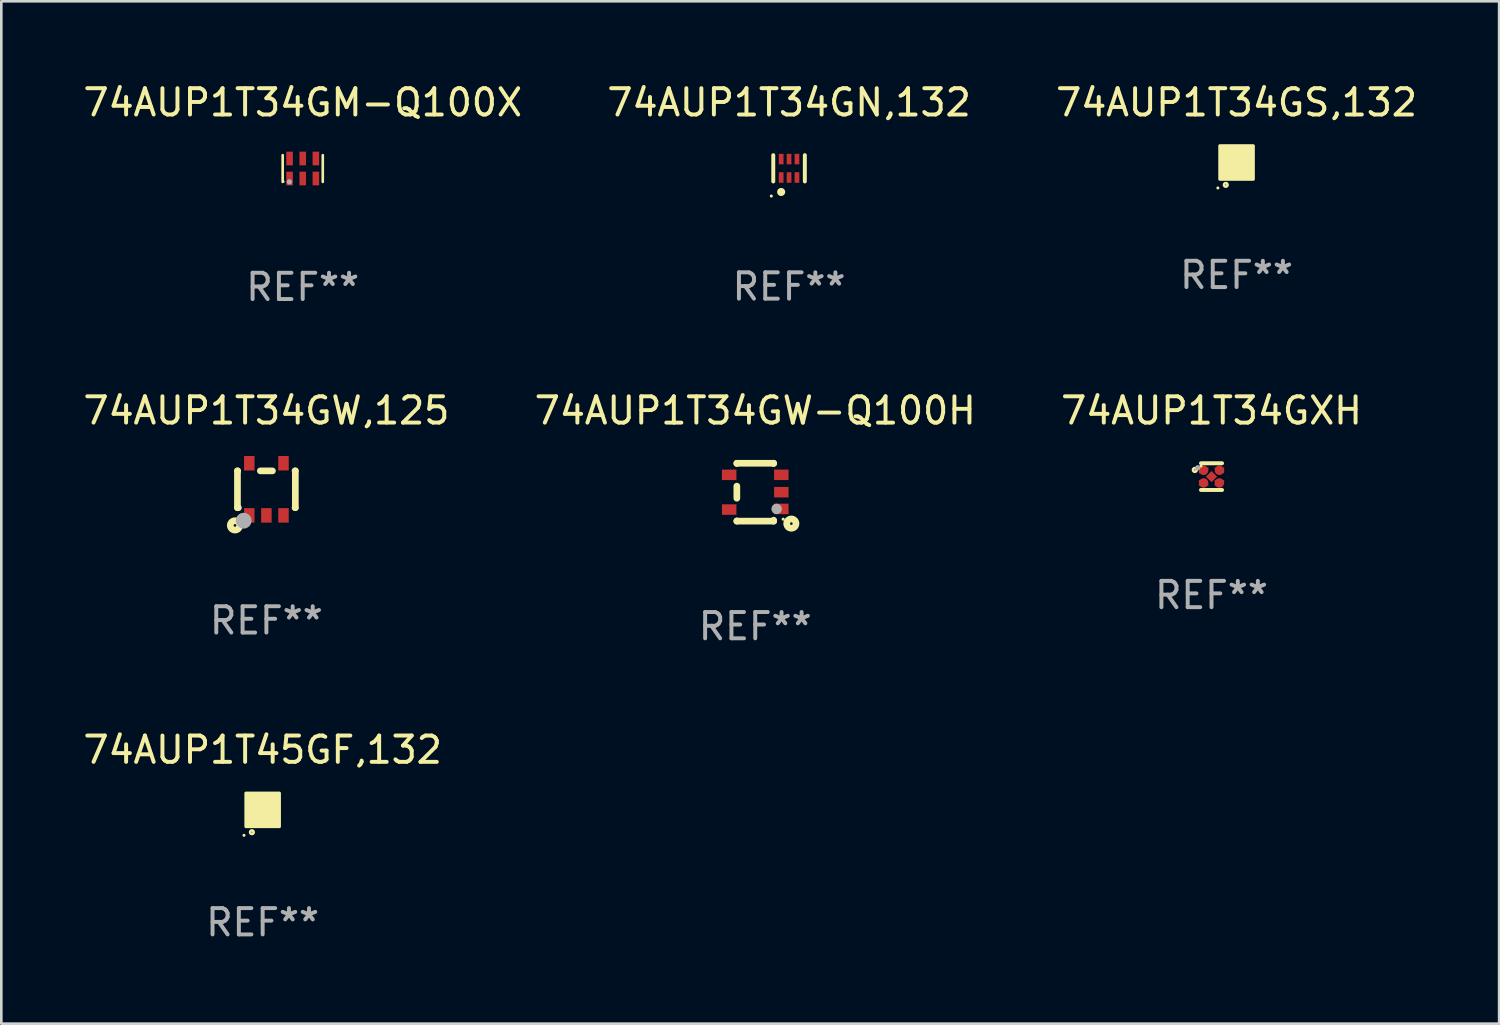
<source format=kicad_pcb>
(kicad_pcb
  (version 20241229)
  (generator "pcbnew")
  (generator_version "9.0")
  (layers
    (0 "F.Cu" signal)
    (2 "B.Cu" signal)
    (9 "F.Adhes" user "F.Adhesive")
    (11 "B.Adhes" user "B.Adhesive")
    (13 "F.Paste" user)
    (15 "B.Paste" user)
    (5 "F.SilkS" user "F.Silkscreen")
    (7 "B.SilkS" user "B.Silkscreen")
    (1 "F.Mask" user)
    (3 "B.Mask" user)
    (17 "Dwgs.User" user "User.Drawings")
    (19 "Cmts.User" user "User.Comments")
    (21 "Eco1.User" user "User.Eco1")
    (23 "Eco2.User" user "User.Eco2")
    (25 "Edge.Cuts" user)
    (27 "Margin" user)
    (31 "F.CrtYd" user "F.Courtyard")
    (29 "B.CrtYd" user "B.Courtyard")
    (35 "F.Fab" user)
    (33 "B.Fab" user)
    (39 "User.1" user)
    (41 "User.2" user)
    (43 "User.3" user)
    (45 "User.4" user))
  (footprint "74AUP1T45GF,132"
    (layer "F.Cu")
    (at 6.935 27.737)
    (property "Reference" "74AUP1T45GF,132" (at 0 -2.28 0) (layer "F.SilkS") (effects (font (size 1 1) (thickness 0.15))))
    (attr through_hole)
    (fp_circle (center -0.71 0.968) (end -0.68 0.968) (stroke (width 0.06) (type solid)) (fill no) (layer "F.SilkS"))
    (fp_circle (center -0.41 0.85) (end -0.342 0.85) (stroke (width 0.1) (type solid)) (fill no) (layer "F.SilkS"))
    (fp_poly (pts (xy -0.635 -0.635) (xy 0.635 -0.635) (xy 0.635 0.635) (xy -0.635 0.635)) (stroke (width 0.12) (type solid)) (fill yes) (layer "F.SilkS"))
    (fp_text user "REF**" (at 0 4.28 0) (layer "F.Fab") (effects (font (size 1 1) (thickness 0.15))))
    (pad "1" smd rect (at -0.35 0.28 90) (size 0.35 0.2) (layers "F.Cu" "F.Mask" "F.Paste"))
    (pad "2" smd rect (at 0 0.28 90) (size 0.35 0.2) (layers "F.Cu" "F.Mask" "F.Paste"))
    (pad "3" smd rect (at 0.35 0.28 90) (size 0.35 0.2) (layers "F.Cu" "F.Mask" "F.Paste"))
    (pad "4" smd rect (at 0.35 -0.28 90) (size 0.35 0.2) (layers "F.Cu" "F.Mask" "F.Paste"))
    (pad "5" smd rect (at 0 -0.28 90) (size 0.35 0.2) (layers "F.Cu" "F.Mask" "F.Paste"))
    (pad "6" smd rect (at -0.35 -0.28 90) (size 0.35 0.2) (layers "F.Cu" "F.Mask" "F.Paste")))
  (footprint "74AUP1T34GS,132"
    (layer "F.Cu")
    (at 43.958 3.128)
    (property "Reference" "74AUP1T34GS,132" (at 0 -2.28 0) (layer "F.SilkS") (effects (font (size 1 1) (thickness 0.15))))
    (attr through_hole)
    (fp_circle (center -0.71 0.968) (end -0.68 0.968) (stroke (width 0.06) (type solid)) (fill no) (layer "F.SilkS"))
    (fp_circle (center -0.41 0.85) (end -0.342 0.85) (stroke (width 0.1) (type solid)) (fill no) (layer "F.SilkS"))
    (fp_poly (pts (xy -0.635 -0.635) (xy 0.635 -0.635) (xy 0.635 0.635) (xy -0.635 0.635)) (stroke (width 0.12) (type solid)) (fill yes) (layer "F.SilkS"))
    (fp_text user "REF**" (at 0 4.28 0) (layer "F.Fab") (effects (font (size 1 1) (thickness 0.15))))
    (pad "1" smd rect (at -0.35 0.28 90) (size 0.35 0.2) (layers "F.Cu" "F.Mask" "F.Paste"))
    (pad "2" smd rect (at 0 0.28 90) (size 0.35 0.2) (layers "F.Cu" "F.Mask" "F.Paste"))
    (pad "3" smd rect (at 0.35 0.28 90) (size 0.35 0.2) (layers "F.Cu" "F.Mask" "F.Paste"))
    (pad "4" smd rect (at 0.35 -0.28 90) (size 0.35 0.2) (layers "F.Cu" "F.Mask" "F.Paste"))
    (pad "5" smd rect (at 0 -0.28 90) (size 0.35 0.2) (layers "F.Cu" "F.Mask" "F.Paste"))
    (pad "6" smd rect (at -0.35 -0.28 90) (size 0.35 0.2) (layers "F.Cu" "F.Mask" "F.Paste")))
  (footprint "74AUP1T34GXH"
    (layer "F.Cu")
    (at 43.006 15.069)
    (property "Reference" "74AUP1T34GXH" (at 0 -2.508 0) (layer "F.SilkS") (effects (font (size 1 1) (thickness 0.15))))
    (attr through_hole)
    (fp_line (start 0.4 -0.508) (end -0.4 -0.508) (stroke (width 0.15) (type solid)) (layer "F.SilkS"))
    (fp_line (start 0.4 0.508) (end -0.4 0.508) (stroke (width 0.15) (type solid)) (layer "F.SilkS"))
    (fp_circle (center -0.635 -0.254) (end -0.615 -0.254) (stroke (width 0.1) (type solid)) (fill no) (layer "F.SilkS"))
    (fp_circle (center -0.401 -0.4) (end -0.371 -0.4) (stroke (width 0.06) (type solid)) (fill no) (layer "F.SilkS"))
    (fp_circle (center -0.523 -0.337) (end -0.473 -0.337) (stroke (width 0.1) (type solid)) (fill no) (layer "F.Fab"))
    (fp_text user "REF**" (at 0 4.508 0) (layer "F.Fab") (effects (font (size 1 1) (thickness 0.15))))
    (pad "1" smd custom (at -0.3 -0.24) (size 0.36 0.22) (layers "F.Cu" "F.Mask" "F.Paste") (options (anchor circle)) (primitives (gr_poly (pts (xy -0.18 -0.11) (xy -0.18 0.11) (xy 0.000127 0.11) (xy 0.18 -0.03) (xy 0.18 -0.11) (xy -0.18 -0.11)) (width 0) (fill yes))))
    (pad "2" smd custom (at -0.3 0.24) (size 0.36 0.22) (layers "F.Cu" "F.Mask" "F.Paste") (options (anchor circle)) (primitives (gr_poly (pts (xy -0.18 0.11) (xy -0.18 -0.11) (xy 0.000127 -0.11) (xy 0.18 0.03) (xy 0.18 0.11) (xy -0.18 0.11)) (width 0) (fill yes))))
    (pad "3" smd rect (at 0.000102 -0.000127 45) (size 0.3 0.3) (layers "F.Cu" "F.Mask" "F.Paste"))
    (pad "4" smd custom (at 0.3 0.24 180) (size 0.36 0.22) (layers "F.Cu" "F.Mask" "F.Paste") (options (anchor circle)) (primitives (gr_poly (pts (xy 0.18 0.11) (xy 0.18 -0.11) (xy -0.000178 -0.11) (xy -0.18 0.03) (xy -0.18 0.11) (xy 0.18 0.11)) (width 0) (fill yes))))
    (pad "5" smd custom (at 0.3 -0.24) (size 0.36 0.22) (layers "F.Cu" "F.Mask" "F.Paste") (options (anchor circle)) (primitives (gr_poly (pts (xy 0.18 -0.11) (xy 0.18 0.11) (xy -0.000152 0.11) (xy -0.18 -0.03) (xy -0.18 -0.11) (xy 0.18 -0.11)) (width 0) (fill yes)))))
  (footprint "74AUP1T34GN,132"
    (layer "F.Cu")
    (at 26.946 3.348)
    (property "Reference" "74AUP1T34GN,132" (at 0 -2.5 0) (layer "F.SilkS") (effects (font (size 1 1) (thickness 0.15))))
    (attr through_hole)
    (fp_line (start -0.6 -0.5) (end -0.6 0.5) (stroke (width 0.15) (type solid)) (layer "F.SilkS"))
    (fp_line (start 0.6 0.5) (end 0.6 -0.5) (stroke (width 0.15) (type solid)) (layer "F.SilkS"))
    (fp_circle (center -0.675 1.055) (end -0.645 1.055) (stroke (width 0.06) (type solid)) (fill no) (layer "F.SilkS"))
    (fp_circle (center -0.3 0.9) (end -0.22 0.9) (stroke (width 0.15) (type solid)) (fill no) (layer "F.SilkS"))
    (fp_text user "REF**" (at 0 4.5 0) (layer "F.Fab") (effects (font (size 1 1) (thickness 0.15))))
    (pad "1" smd rect (at -0.3 0.35) (size 0.18 0.4) (layers "F.Cu" "F.Mask" "F.Paste"))
    (pad "2" smd rect (at 0.000025 0.35) (size 0.18 0.4) (layers "F.Cu" "F.Mask" "F.Paste"))
    (pad "3" smd rect (at 0.3 0.35) (size 0.18 0.4) (layers "F.Cu" "F.Mask" "F.Paste"))
    (pad "4" smd rect (at 0.3 -0.35) (size 0.18 0.4) (layers "F.Cu" "F.Mask" "F.Paste"))
    (pad "5" smd rect (at 0.000025 -0.35) (size 0.18 0.4) (layers "F.Cu" "F.Mask" "F.Paste"))
    (pad "6" smd rect (at -0.3 -0.35) (size 0.18 0.4) (layers "F.Cu" "F.Mask" "F.Paste")))
  (footprint "74AUP1T34GM-Q100X"
    (layer "F.Cu")
    (at 8.458 3.356)
    (property "Reference" "74AUP1T34GM-Q100X" (at 0 -2.508 0) (layer "F.SilkS") (effects (font (size 1 1) (thickness 0.15))))
    (attr through_hole)
    (fp_line (start -0.762 -0.508) (end -0.762 0.508) (stroke (width 0.1) (type solid)) (layer "F.SilkS"))
    (fp_line (start 0.762 -0.508) (end 0.762 0.508) (stroke (width 0.1) (type solid)) (layer "F.SilkS"))
    (fp_circle (center -0.725 0.5) (end -0.705 0.5) (stroke (width 0.04) (type solid)) (fill no) (layer "F.SilkS"))
    (fp_circle (center -0.508 0.508) (end -0.458 0.508) (stroke (width 0.1) (type solid)) (fill no) (layer "F.Fab"))
    (fp_text user "REF**" (at 0 4.508 0) (layer "F.Fab") (effects (font (size 1 1) (thickness 0.15))))
    (pad "1" smd rect (at -0.5 0.38) (size 0.25 0.52) (layers "F.Cu" "F.Mask" "F.Paste"))
    (pad "2" smd rect (at -0.000127 0.38) (size 0.25 0.52) (layers "F.Cu" "F.Mask" "F.Paste"))
    (pad "3" smd rect (at 0.5 0.38) (size 0.25 0.52) (layers "F.Cu" "F.Mask" "F.Paste"))
    (pad "4" smd rect (at 0.5 -0.38 180) (size 0.25 0.52) (layers "F.Cu" "F.Mask" "F.Paste"))
    (pad "5" smd rect (at -0.000127 -0.38 180) (size 0.25 0.52) (layers "F.Cu" "F.Mask" "F.Paste"))
    (pad "6" smd rect (at -0.5 -0.38 180) (size 0.25 0.52) (layers "F.Cu" "F.Mask" "F.Paste")))
  (footprint "74AUP1T34GW,125"
    (layer "F.Cu")
    (at 7.077 15.551)
    (property "Reference" "74AUP1T34GW,125" (at 0 -2.991 0) (layer "F.SilkS") (effects (font (size 1 1) (thickness 0.15))))
    (attr through_hole)
    (fp_line (start -1.1 -0.7) (end -1.1 0.7) (stroke (width 0.254) (type solid)) (layer "F.SilkS"))
    (fp_line (start -1.1 -0.7) (end -1.09 -0.7) (stroke (width 0.254) (type solid)) (layer "F.SilkS"))
    (fp_line (start -1.1 0.7) (end -1.065 0.7) (stroke (width 0.254) (type solid)) (layer "F.SilkS"))
    (fp_line (start -0.23 -0.7) (end 0.23 -0.7) (stroke (width 0.254) (type solid)) (layer "F.SilkS"))
    (fp_line (start 1.09 -0.7) (end 1.1 -0.7) (stroke (width 0.254) (type solid)) (layer "F.SilkS"))
    (fp_line (start 1.09 0.7) (end 1.1 0.7) (stroke (width 0.254) (type solid)) (layer "F.SilkS"))
    (fp_line (start 1.1 -0.7) (end 1.1 0.7) (stroke (width 0.254) (type solid)) (layer "F.SilkS"))
    (fp_circle (center -1.194 1.372) (end -1.143 1.372) (stroke (width 0.254) (type solid)) (fill no) (layer "F.SilkS"))
    (fp_circle (center -1.05 1.063) (end -1.02 1.063) (stroke (width 0.06) (type solid)) (fill no) (layer "F.SilkS"))
    (fp_circle (center -0.864 1.194) (end -0.713 1.194) (stroke (width 0.3) (type solid)) (fill no) (layer "F.Fab"))
    (fp_text user "REF**" (at 0 4.991 0) (layer "F.Fab") (effects (font (size 1 1) (thickness 0.15))))
    (pad "1" smd rect (at -0.65 0.991 180) (size 0.399 0.551) (layers "F.Cu" "F.Mask" "F.Paste"))
    (pad "2" smd rect (at 0 0.991 180) (size 0.399 0.551) (layers "F.Cu" "F.Mask" "F.Paste"))
    (pad "3" smd rect (at 0.65 0.991 180) (size 0.399 0.551) (layers "F.Cu" "F.Mask" "F.Paste"))
    (pad "4" smd rect (at 0.65 -0.991 180) (size 0.399 0.551) (layers "F.Cu" "F.Mask" "F.Paste"))
    (pad "5" smd rect (at -0.65 -0.991 180) (size 0.399 0.551) (layers "F.Cu" "F.Mask" "F.Paste")))
  (footprint "74AUP1T34GW-Q100H"
    (layer "F.Cu")
    (at 25.661 15.661)
    (property "Reference" "74AUP1T34GW-Q100H" (at 0 -3.1 0) (layer "F.SilkS") (effects (font (size 1 1) (thickness 0.15))))
    (attr through_hole)
    (fp_line (start -0.7 -1.1) (end 0.7 -1.1) (stroke (width 0.254) (type solid)) (layer "F.SilkS"))
    (fp_line (start -0.7 -1.09) (end -0.7 -1.1) (stroke (width 0.254) (type solid)) (layer "F.SilkS"))
    (fp_line (start -0.7 0.23) (end -0.7 -0.23) (stroke (width 0.254) (type solid)) (layer "F.SilkS"))
    (fp_line (start -0.7 1.1) (end -0.7 1.09) (stroke (width 0.254) (type solid)) (layer "F.SilkS"))
    (fp_line (start -0.7 1.1) (end 0.7 1.1) (stroke (width 0.254) (type solid)) (layer "F.SilkS"))
    (fp_line (start 0.7 -1.09) (end 0.7 -1.1) (stroke (width 0.254) (type solid)) (layer "F.SilkS"))
    (fp_line (start 0.7 1.1) (end 0.7 1.065) (stroke (width 0.254) (type solid)) (layer "F.SilkS"))
    (fp_circle (center 1.062 1.025) (end 1.092 1.025) (stroke (width 0.06) (type solid)) (fill no) (layer "F.SilkS"))
    (fp_circle (center 1.372 1.194) (end 1.422 1.194) (stroke (width 0.254) (type solid)) (fill no) (layer "F.SilkS"))
    (fp_circle (center 0.813 0.635) (end 0.913 0.635) (stroke (width 0.2) (type solid)) (fill no) (layer "F.Fab"))
    (fp_text user "REF**" (at 0 5.1 0) (layer "F.Fab") (effects (font (size 1 1) (thickness 0.15))))
    (pad "1" smd rect (at 0.991 0.635 270) (size 0.399 0.551) (layers "F.Cu" "F.Mask" "F.Paste"))
    (pad "2" smd rect (at 0.991 0.000051 270) (size 0.399 0.551) (layers "F.Cu" "F.Mask" "F.Paste"))
    (pad "3" smd rect (at 0.991 -0.66 270) (size 0.399 0.551) (layers "F.Cu" "F.Mask" "F.Paste"))
    (pad "4" smd rect (at -0.991 -0.66 270) (size 0.399 0.551) (layers "F.Cu" "F.Mask" "F.Paste"))
    (pad "5" smd rect (at -0.991 0.66 270) (size 0.399 0.551) (layers "F.Cu" "F.Mask" "F.Paste")))
  (gr_rect
    (start -3 -3)
    (end 53.94 35.865)
    (stroke (width 0.1) (type default))
    (fill no)
    (layer "Edge.Cuts")))
</source>
